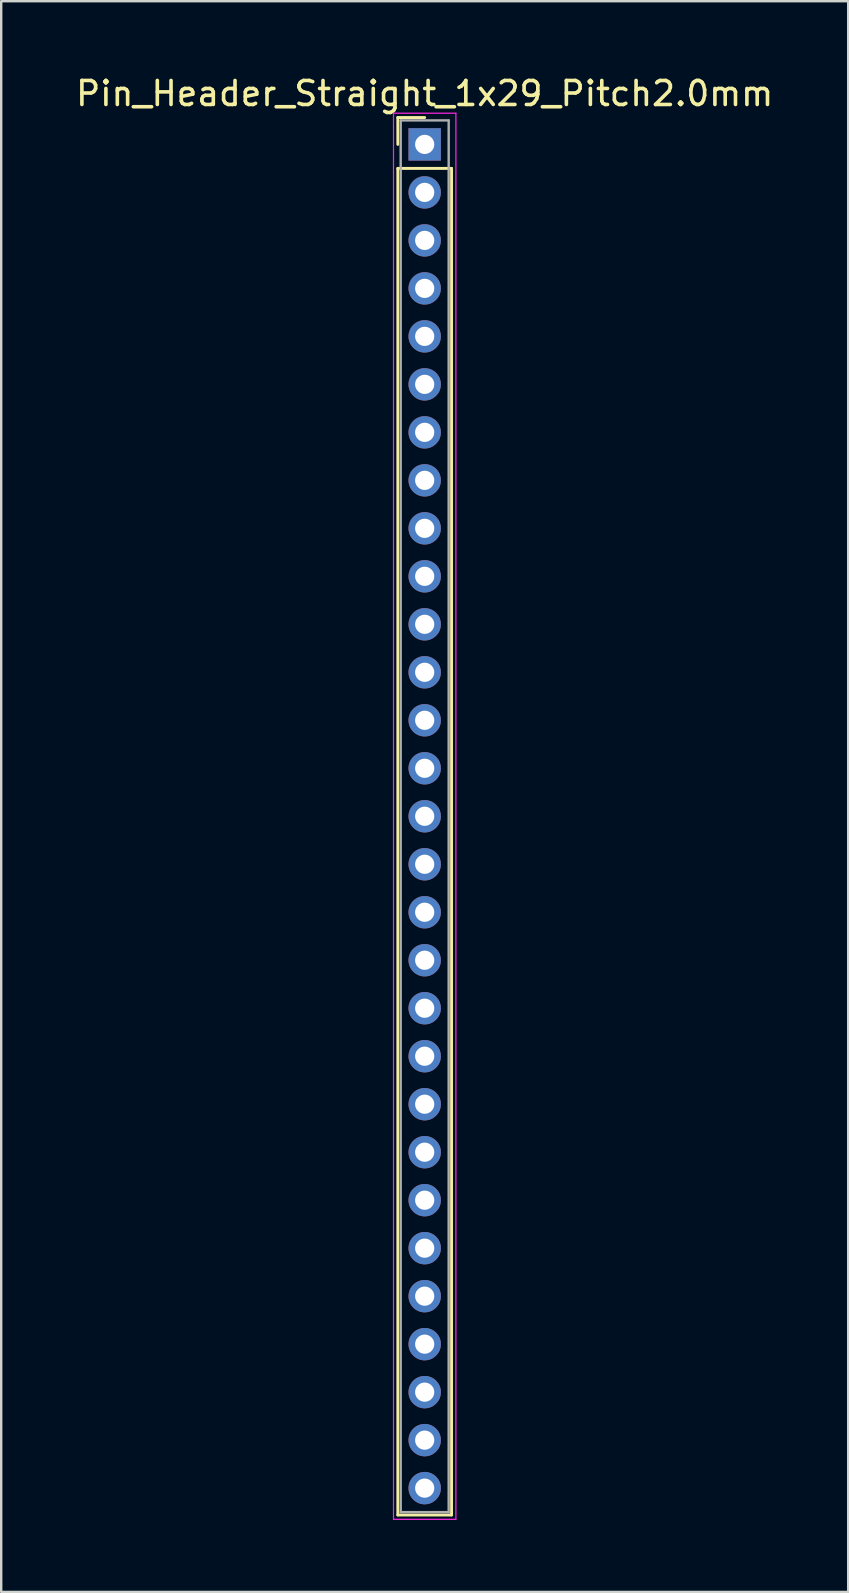
<source format=kicad_pcb>
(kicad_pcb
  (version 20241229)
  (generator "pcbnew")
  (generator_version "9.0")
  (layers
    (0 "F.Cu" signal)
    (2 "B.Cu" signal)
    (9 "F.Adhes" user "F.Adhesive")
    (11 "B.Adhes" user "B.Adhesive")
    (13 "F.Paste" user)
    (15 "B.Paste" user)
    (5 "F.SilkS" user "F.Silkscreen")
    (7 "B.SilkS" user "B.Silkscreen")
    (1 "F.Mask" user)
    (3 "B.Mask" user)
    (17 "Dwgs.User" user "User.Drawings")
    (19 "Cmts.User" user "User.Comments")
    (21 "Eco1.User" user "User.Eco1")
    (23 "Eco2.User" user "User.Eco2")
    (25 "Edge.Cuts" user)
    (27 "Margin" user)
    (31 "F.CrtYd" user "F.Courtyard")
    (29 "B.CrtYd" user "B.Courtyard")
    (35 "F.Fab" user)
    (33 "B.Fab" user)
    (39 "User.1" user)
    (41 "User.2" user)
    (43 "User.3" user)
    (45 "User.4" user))
  (footprint "Pin_Header_Straight_1x29_Pitch2.0mm"
    (layer "F.Cu")
    (at 14.649 2.968)
    (property "Reference" "Pin_Header_Straight_1x29_Pitch2.0mm" (at 0 -2.12 0) (layer "F.SilkS") (effects (font (size 1 1) (thickness 0.15))))
    (attr through_hole)
    (fp_line (start -1.12 -1.12) (end 0 -1.12) (stroke (width 0.12) (type solid)) (layer "F.SilkS"))
    (fp_line (start -1.12 0) (end -1.12 -1.12) (stroke (width 0.12) (type solid)) (layer "F.SilkS"))
    (fp_line (start -1.12 1) (end -1.12 57.12) (stroke (width 0.12) (type solid)) (layer "F.SilkS"))
    (fp_line (start -1.12 57.12) (end 1.12 57.12) (stroke (width 0.12) (type solid)) (layer "F.SilkS"))
    (fp_line (start 1.12 1) (end -1.12 1) (stroke (width 0.12) (type solid)) (layer "F.SilkS"))
    (fp_line (start 1.12 57.12) (end 1.12 1) (stroke (width 0.12) (type solid)) (layer "F.SilkS"))
    (fp_line (start -1.3 -1.3) (end -1.3 57.3) (stroke (width 0.05) (type solid)) (layer "F.CrtYd"))
    (fp_line (start -1.3 57.3) (end 1.3 57.3) (stroke (width 0.05) (type solid)) (layer "F.CrtYd"))
    (fp_line (start 1.3 -1.3) (end -1.3 -1.3) (stroke (width 0.05) (type solid)) (layer "F.CrtYd"))
    (fp_line (start 1.3 57.3) (end 1.3 -1.3) (stroke (width 0.05) (type solid)) (layer "F.CrtYd"))
    (fp_line (start -1 -1) (end -1 57) (stroke (width 0.1) (type solid)) (layer "F.Fab"))
    (fp_line (start -1 57) (end 1 57) (stroke (width 0.1) (type solid)) (layer "F.Fab"))
    (fp_line (start 1 -1) (end -1 -1) (stroke (width 0.1) (type solid)) (layer "F.Fab"))
    (fp_line (start 1 57) (end 1 -1) (stroke (width 0.1) (type solid)) (layer "F.Fab"))
    (pad "1" thru_hole rect (at 0 0) (size 1.35 1.35) (drill 0.8) (layers "*.Cu" "*.Mask"))
    (pad "2" thru_hole oval (at 0 2) (size 1.35 1.35) (drill 0.8) (layers "*.Cu" "*.Mask"))
    (pad "3" thru_hole oval (at 0 4) (size 1.35 1.35) (drill 0.8) (layers "*.Cu" "*.Mask"))
    (pad "4" thru_hole oval (at 0 6) (size 1.35 1.35) (drill 0.8) (layers "*.Cu" "*.Mask"))
    (pad "5" thru_hole oval (at 0 8) (size 1.35 1.35) (drill 0.8) (layers "*.Cu" "*.Mask"))
    (pad "6" thru_hole oval (at 0 10) (size 1.35 1.35) (drill 0.8) (layers "*.Cu" "*.Mask"))
    (pad "7" thru_hole oval (at 0 12) (size 1.35 1.35) (drill 0.8) (layers "*.Cu" "*.Mask"))
    (pad "8" thru_hole oval (at 0 14) (size 1.35 1.35) (drill 0.8) (layers "*.Cu" "*.Mask"))
    (pad "9" thru_hole oval (at 0 16) (size 1.35 1.35) (drill 0.8) (layers "*.Cu" "*.Mask"))
    (pad "10" thru_hole oval (at 0 18) (size 1.35 1.35) (drill 0.8) (layers "*.Cu" "*.Mask"))
    (pad "11" thru_hole oval (at 0 20) (size 1.35 1.35) (drill 0.8) (layers "*.Cu" "*.Mask"))
    (pad "12" thru_hole oval (at 0 22) (size 1.35 1.35) (drill 0.8) (layers "*.Cu" "*.Mask"))
    (pad "13" thru_hole oval (at 0 24) (size 1.35 1.35) (drill 0.8) (layers "*.Cu" "*.Mask"))
    (pad "14" thru_hole oval (at 0 26) (size 1.35 1.35) (drill 0.8) (layers "*.Cu" "*.Mask"))
    (pad "15" thru_hole oval (at 0 28) (size 1.35 1.35) (drill 0.8) (layers "*.Cu" "*.Mask"))
    (pad "16" thru_hole oval (at 0 30) (size 1.35 1.35) (drill 0.8) (layers "*.Cu" "*.Mask"))
    (pad "17" thru_hole oval (at 0 32) (size 1.35 1.35) (drill 0.8) (layers "*.Cu" "*.Mask"))
    (pad "18" thru_hole oval (at 0 34) (size 1.35 1.35) (drill 0.8) (layers "*.Cu" "*.Mask"))
    (pad "19" thru_hole oval (at 0 36) (size 1.35 1.35) (drill 0.8) (layers "*.Cu" "*.Mask"))
    (pad "20" thru_hole oval (at 0 38) (size 1.35 1.35) (drill 0.8) (layers "*.Cu" "*.Mask"))
    (pad "21" thru_hole oval (at 0 40) (size 1.35 1.35) (drill 0.8) (layers "*.Cu" "*.Mask"))
    (pad "22" thru_hole oval (at 0 42) (size 1.35 1.35) (drill 0.8) (layers "*.Cu" "*.Mask"))
    (pad "23" thru_hole oval (at 0 44) (size 1.35 1.35) (drill 0.8) (layers "*.Cu" "*.Mask"))
    (pad "24" thru_hole oval (at 0 46) (size 1.35 1.35) (drill 0.8) (layers "*.Cu" "*.Mask"))
    (pad "25" thru_hole oval (at 0 48) (size 1.35 1.35) (drill 0.8) (layers "*.Cu" "*.Mask"))
    (pad "26" thru_hole oval (at 0 50) (size 1.35 1.35) (drill 0.8) (layers "*.Cu" "*.Mask"))
    (pad "27" thru_hole oval (at 0 52) (size 1.35 1.35) (drill 0.8) (layers "*.Cu" "*.Mask"))
    (pad "28" thru_hole oval (at 0 54) (size 1.35 1.35) (drill 0.8) (layers "*.Cu" "*.Mask"))
    (pad "29" thru_hole oval (at 0 56) (size 1.35 1.35) (drill 0.8) (layers "*.Cu" "*.Mask")))
  (gr_rect
    (start -3 -3)
    (end 32.298 63.293)
    (stroke (width 0.1) (type default))
    (fill no)
    (layer "Edge.Cuts")))
</source>
